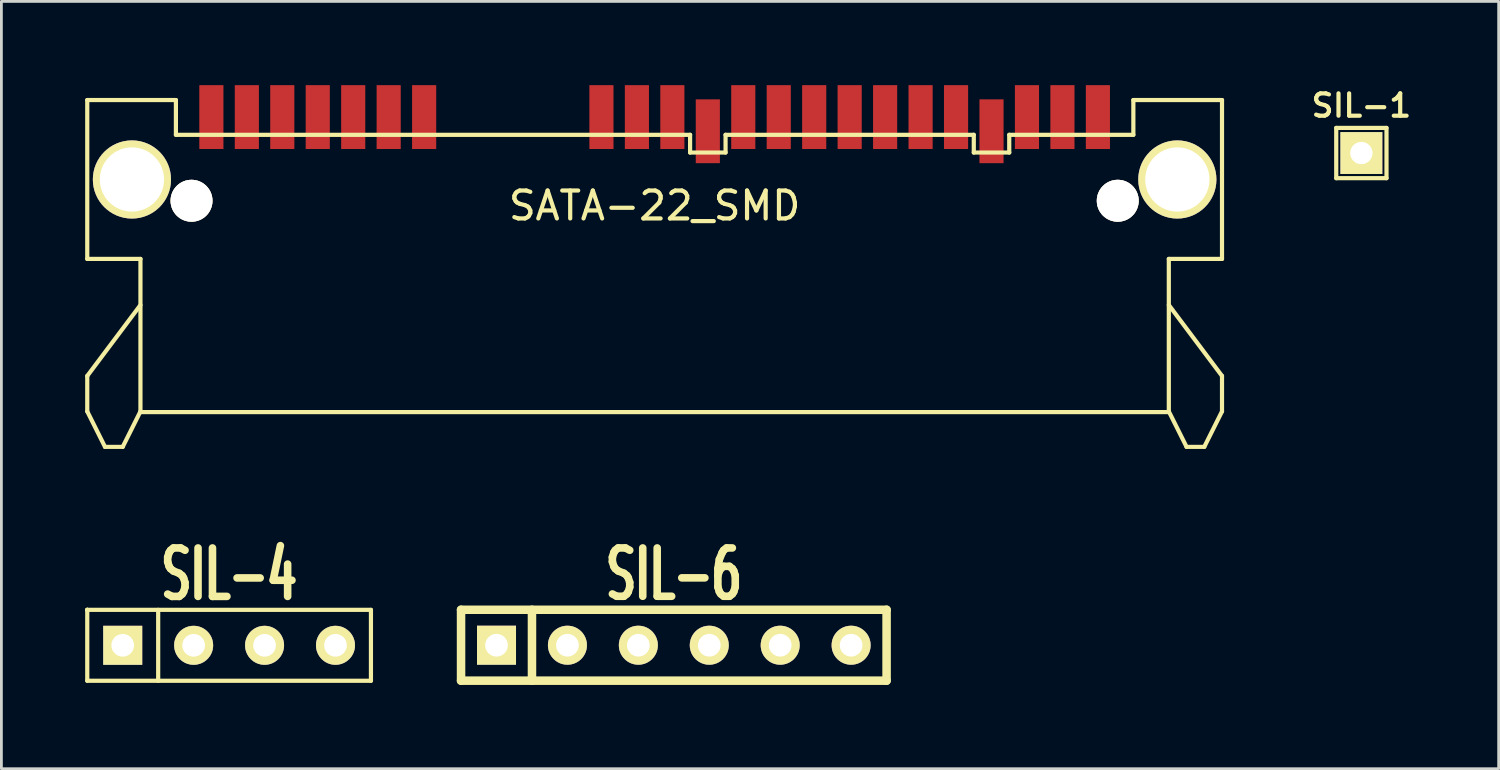
<source format=kicad_pcb>
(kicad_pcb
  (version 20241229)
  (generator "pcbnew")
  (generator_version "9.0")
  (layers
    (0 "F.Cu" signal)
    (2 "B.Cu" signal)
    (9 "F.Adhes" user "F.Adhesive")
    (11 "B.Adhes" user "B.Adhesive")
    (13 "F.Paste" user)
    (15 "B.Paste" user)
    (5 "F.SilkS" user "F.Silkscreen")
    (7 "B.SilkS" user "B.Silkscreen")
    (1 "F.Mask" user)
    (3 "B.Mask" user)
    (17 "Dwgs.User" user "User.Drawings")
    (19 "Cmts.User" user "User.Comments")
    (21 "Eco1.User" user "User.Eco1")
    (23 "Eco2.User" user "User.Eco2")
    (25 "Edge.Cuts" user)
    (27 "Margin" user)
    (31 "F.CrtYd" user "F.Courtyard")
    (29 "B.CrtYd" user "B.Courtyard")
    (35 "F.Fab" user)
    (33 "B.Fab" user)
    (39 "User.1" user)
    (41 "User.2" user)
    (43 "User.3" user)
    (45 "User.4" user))
  (footprint "SATA-22_SMD"
    (layer "F.Cu")
    (at 20.395 1.143)
    (property "Reference" "SATA-22_SMD" (at 0 3.175 0) (layer "F.SilkS") (effects (font (size 1 1) (thickness 0.15))))
    (attr through_hole)
    (fp_line (start -20.32 -0.61) (end -20.32 5.08) (stroke (width 0.15) (type solid)) (layer "F.SilkS"))
    (fp_line (start -20.32 5.08) (end -18.415 5.08) (stroke (width 0.15) (type solid)) (layer "F.SilkS"))
    (fp_line (start -20.32 9.271) (end -18.415 6.731) (stroke (width 0.15) (type solid)) (layer "F.SilkS"))
    (fp_line (start -20.32 10.541) (end -20.32 9.271) (stroke (width 0.15) (type solid)) (layer "F.SilkS"))
    (fp_line (start -19.685 11.811) (end -20.32 10.541) (stroke (width 0.15) (type solid)) (layer "F.SilkS"))
    (fp_line (start -19.05 11.811) (end -19.685 11.811) (stroke (width 0.15) (type solid)) (layer "F.SilkS"))
    (fp_line (start -18.415 5.08) (end -18.415 10.566) (stroke (width 0.15) (type solid)) (layer "F.SilkS"))
    (fp_line (start -18.415 10.541) (end -19.05 11.811) (stroke (width 0.15) (type solid)) (layer "F.SilkS"))
    (fp_line (start -18.415 10.566) (end 18.415 10.566) (stroke (width 0.15) (type solid)) (layer "F.SilkS"))
    (fp_line (start -17.145 -0.61) (end -20.32 -0.61) (stroke (width 0.15) (type solid)) (layer "F.SilkS"))
    (fp_line (start -17.145 -0.61) (end -17.145 0.635) (stroke (width 0.15) (type solid)) (layer "F.SilkS"))
    (fp_line (start -17.145 0.635) (end 1.27 0.635) (stroke (width 0.15) (type solid)) (layer "F.SilkS"))
    (fp_line (start 1.27 0.635) (end 1.27 1.27) (stroke (width 0.15) (type solid)) (layer "F.SilkS"))
    (fp_line (start 1.27 1.27) (end 2.54 1.27) (stroke (width 0.15) (type solid)) (layer "F.SilkS"))
    (fp_line (start 2.54 0.635) (end 11.43 0.635) (stroke (width 0.15) (type solid)) (layer "F.SilkS"))
    (fp_line (start 2.54 1.27) (end 2.54 0.635) (stroke (width 0.15) (type solid)) (layer "F.SilkS"))
    (fp_line (start 11.43 0.635) (end 11.43 1.27) (stroke (width 0.15) (type solid)) (layer "F.SilkS"))
    (fp_line (start 11.43 1.27) (end 12.7 1.27) (stroke (width 0.15) (type solid)) (layer "F.SilkS"))
    (fp_line (start 12.7 0.635) (end 17.145 0.635) (stroke (width 0.15) (type solid)) (layer "F.SilkS"))
    (fp_line (start 12.7 1.27) (end 12.7 0.635) (stroke (width 0.15) (type solid)) (layer "F.SilkS"))
    (fp_line (start 17.145 -0.61) (end 17.145 0.635) (stroke (width 0.15) (type solid)) (layer "F.SilkS"))
    (fp_line (start 18.415 5.08) (end 20.32 5.08) (stroke (width 0.15) (type solid)) (layer "F.SilkS"))
    (fp_line (start 18.415 10.541) (end 19.05 11.811) (stroke (width 0.15) (type solid)) (layer "F.SilkS"))
    (fp_line (start 18.415 10.566) (end 18.415 5.08) (stroke (width 0.15) (type solid)) (layer "F.SilkS"))
    (fp_line (start 19.05 11.811) (end 19.685 11.811) (stroke (width 0.15) (type solid)) (layer "F.SilkS"))
    (fp_line (start 19.685 11.811) (end 20.32 10.541) (stroke (width 0.15) (type solid)) (layer "F.SilkS"))
    (fp_line (start 20.32 -0.61) (end 17.145 -0.61) (stroke (width 0.15) (type solid)) (layer "F.SilkS"))
    (fp_line (start 20.32 5.08) (end 20.32 -0.61) (stroke (width 0.15) (type solid)) (layer "F.SilkS"))
    (fp_line (start 20.32 9.271) (end 18.415 6.731) (stroke (width 0.15) (type solid)) (layer "F.SilkS"))
    (fp_line (start 20.32 10.541) (end 20.32 9.271) (stroke (width 0.15) (type solid)) (layer "F.SilkS"))
    (pad "" thru_hole circle (at -18.72 2.235) (size 2.799 2.799) (drill 2.301) (layers "*.Cu" "*.Mask" "F.SilkS"))
    (pad "" thru_hole circle (at -16.586 2.997) (size 1.501 1.501) (drill 1.501) (layers "*.Cu" "*.Mask" "F.SilkS"))
    (pad "" thru_hole circle (at 16.586 2.997) (size 1.501 1.501) (drill 1.501) (layers "*.Cu" "*.Mask" "F.SilkS"))
    (pad "" thru_hole circle (at 18.72 2.235) (size 2.799 2.799) (drill 2.301) (layers "*.Cu" "*.Mask" "F.SilkS"))
    (pad "1" smd rect (at -15.875 0) (size 0.864 2.286) (layers "F.Cu" "F.Mask" "F.Paste"))
    (pad "2" smd rect (at -14.605 0) (size 0.864 2.286) (layers "F.Cu" "F.Mask" "F.Paste"))
    (pad "3" smd rect (at -13.335 0) (size 0.864 2.286) (layers "F.Cu" "F.Mask" "F.Paste"))
    (pad "4" smd rect (at -12.065 0) (size 0.864 2.286) (layers "F.Cu" "F.Mask" "F.Paste"))
    (pad "5" smd rect (at -10.795 0) (size 0.864 2.286) (layers "F.Cu" "F.Mask" "F.Paste"))
    (pad "6" smd rect (at -9.525 0) (size 0.864 2.286) (layers "F.Cu" "F.Mask" "F.Paste"))
    (pad "7" smd rect (at -8.255 0) (size 0.864 2.286) (layers "F.Cu" "F.Mask" "F.Paste"))
    (pad "8" smd rect (at -1.905 0) (size 0.864 2.286) (layers "F.Cu" "F.Mask" "F.Paste"))
    (pad "9" smd rect (at -0.635 0) (size 0.864 2.286) (layers "F.Cu" "F.Mask" "F.Paste"))
    (pad "10" smd rect (at 0.635 0) (size 0.864 2.286) (layers "F.Cu" "F.Mask" "F.Paste"))
    (pad "11" smd rect (at 1.905 0.508) (size 0.864 2.286) (layers "F.Cu" "F.Mask" "F.Paste"))
    (pad "12" smd rect (at 3.175 0) (size 0.864 2.286) (layers "F.Cu" "F.Mask" "F.Paste"))
    (pad "13" smd rect (at 4.445 0) (size 0.864 2.286) (layers "F.Cu" "F.Mask" "F.Paste"))
    (pad "14" smd rect (at 5.715 0) (size 0.864 2.286) (layers "F.Cu" "F.Mask" "F.Paste"))
    (pad "15" smd rect (at 6.985 0) (size 0.864 2.286) (layers "F.Cu" "F.Mask" "F.Paste"))
    (pad "16" smd rect (at 8.255 0) (size 0.864 2.286) (layers "F.Cu" "F.Mask" "F.Paste"))
    (pad "17" smd rect (at 9.525 0) (size 0.864 2.286) (layers "F.Cu" "F.Mask" "F.Paste"))
    (pad "18" smd rect (at 10.795 0) (size 0.864 2.286) (layers "F.Cu" "F.Mask" "F.Paste"))
    (pad "19" smd rect (at 12.065 0.508) (size 0.864 2.286) (layers "F.Cu" "F.Mask" "F.Paste"))
    (pad "20" smd rect (at 13.335 0) (size 0.864 2.286) (layers "F.Cu" "F.Mask" "F.Paste"))
    (pad "21" smd rect (at 14.605 0) (size 0.864 2.286) (layers "F.Cu" "F.Mask" "F.Paste"))
    (pad "22" smd rect (at 15.875 0) (size 0.864 2.286) (layers "F.Cu" "F.Mask" "F.Paste")))
  (footprint "SIL-6"
    (layer "F.Cu")
    (at 21.082 20.058)
    (property "Reference" "SIL-6" (at 0 -2.54 0) (layer "F.SilkS") (effects (font (size 1.73 1.087) (thickness 0.305))))
    (attr through_hole)
    (fp_line (start -7.62 -1.27) (end 7.62 -1.27) (stroke (width 0.305) (type solid)) (layer "F.SilkS"))
    (fp_line (start -7.62 1.27) (end -7.62 -1.27) (stroke (width 0.305) (type solid)) (layer "F.SilkS"))
    (fp_line (start -5.08 1.27) (end -5.08 -1.27) (stroke (width 0.305) (type solid)) (layer "F.SilkS"))
    (fp_line (start 7.62 -1.27) (end 7.62 1.27) (stroke (width 0.305) (type solid)) (layer "F.SilkS"))
    (fp_line (start 7.62 1.27) (end -7.62 1.27) (stroke (width 0.305) (type solid)) (layer "F.SilkS"))
    (pad "1" thru_hole rect (at -6.35 0) (size 1.397 1.397) (drill 0.813) (layers "*.Cu" "*.Mask" "F.SilkS"))
    (pad "2" thru_hole circle (at -3.81 0) (size 1.397 1.397) (drill 0.813) (layers "*.Cu" "*.Mask" "F.SilkS"))
    (pad "3" thru_hole circle (at -1.27 0) (size 1.397 1.397) (drill 0.813) (layers "*.Cu" "*.Mask" "F.SilkS"))
    (pad "4" thru_hole circle (at 1.27 0) (size 1.397 1.397) (drill 0.813) (layers "*.Cu" "*.Mask" "F.SilkS"))
    (pad "5" thru_hole circle (at 3.81 0) (size 1.397 1.397) (drill 0.813) (layers "*.Cu" "*.Mask" "F.SilkS"))
    (pad "6" thru_hole circle (at 6.35 0) (size 1.397 1.397) (drill 0.813) (layers "*.Cu" "*.Mask" "F.SilkS")))
  (footprint "SIL-1"
    (layer "F.Cu")
    (at 45.706 2.431)
    (property "Reference" "SIL-1" (at 0 -1.7 0) (layer "F.SilkS") (effects (font (size 0.8 0.8) (thickness 0.15))))
    (attr through_hole)
    (fp_line (start -0.9 -0.9) (end 0.9 -0.9) (stroke (width 0.15) (type solid)) (layer "F.SilkS"))
    (fp_line (start -0.9 0.9) (end -0.9 -0.9) (stroke (width 0.15) (type solid)) (layer "F.SilkS"))
    (fp_line (start 0.9 -0.9) (end 0.9 0.9) (stroke (width 0.15) (type solid)) (layer "F.SilkS"))
    (fp_line (start 0.9 0.9) (end -0.9 0.9) (stroke (width 0.15) (type solid)) (layer "F.SilkS"))
    (pad "1" thru_hole rect (at 0 0) (size 1.5 1.5) (drill 0.8) (layers "*.Cu" "*.Mask" "F.SilkS")))
  (footprint "SIL-4"
    (layer "F.Cu")
    (at 5.155 20.061)
    (property "Reference" "SIL-4" (at 0 -2.54 0) (layer "F.SilkS") (effects (font (size 1.735 1.087) (thickness 0.305))))
    (attr through_hole)
    (fp_line (start -5.08 -1.27) (end -5.08 -1.27) (stroke (width 0.15) (type solid)) (layer "F.SilkS"))
    (fp_line (start -5.08 -1.27) (end -5.08 -1.27) (stroke (width 0.15) (type solid)) (layer "F.SilkS"))
    (fp_line (start -5.08 -1.27) (end 5.08 -1.27) (stroke (width 0.15) (type solid)) (layer "F.SilkS"))
    (fp_line (start -5.08 1.27) (end -5.08 -1.27) (stroke (width 0.15) (type solid)) (layer "F.SilkS"))
    (fp_line (start -2.54 1.27) (end -2.54 -1.27) (stroke (width 0.15) (type solid)) (layer "F.SilkS"))
    (fp_line (start 5.08 -1.27) (end 5.08 1.27) (stroke (width 0.15) (type solid)) (layer "F.SilkS"))
    (fp_line (start 5.08 1.27) (end -5.08 1.27) (stroke (width 0.15) (type solid)) (layer "F.SilkS"))
    (pad "1" thru_hole rect (at -3.81 0) (size 1.397 1.397) (drill 0.813) (layers "*.Cu" "*.Mask" "F.SilkS"))
    (pad "2" thru_hole circle (at -1.27 0) (size 1.397 1.397) (drill 0.813) (layers "*.Cu" "*.Mask" "F.SilkS"))
    (pad "3" thru_hole circle (at 1.27 0) (size 1.397 1.397) (drill 0.813) (layers "*.Cu" "*.Mask" "F.SilkS"))
    (pad "4" thru_hole circle (at 3.81 0) (size 1.397 1.397) (drill 0.813) (layers "*.Cu" "*.Mask" "F.SilkS")))
  (gr_rect
    (start -3 -3)
    (end 50.623 24.48)
    (stroke (width 0.1) (type default))
    (fill no)
    (layer "Edge.Cuts")))
</source>
